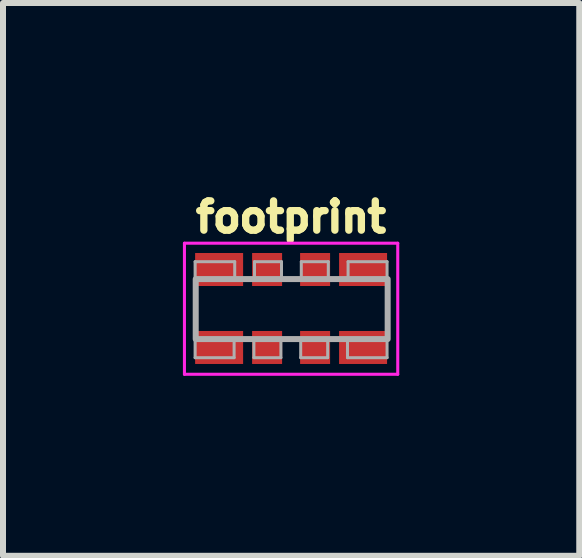
<source format=kicad_pcb>
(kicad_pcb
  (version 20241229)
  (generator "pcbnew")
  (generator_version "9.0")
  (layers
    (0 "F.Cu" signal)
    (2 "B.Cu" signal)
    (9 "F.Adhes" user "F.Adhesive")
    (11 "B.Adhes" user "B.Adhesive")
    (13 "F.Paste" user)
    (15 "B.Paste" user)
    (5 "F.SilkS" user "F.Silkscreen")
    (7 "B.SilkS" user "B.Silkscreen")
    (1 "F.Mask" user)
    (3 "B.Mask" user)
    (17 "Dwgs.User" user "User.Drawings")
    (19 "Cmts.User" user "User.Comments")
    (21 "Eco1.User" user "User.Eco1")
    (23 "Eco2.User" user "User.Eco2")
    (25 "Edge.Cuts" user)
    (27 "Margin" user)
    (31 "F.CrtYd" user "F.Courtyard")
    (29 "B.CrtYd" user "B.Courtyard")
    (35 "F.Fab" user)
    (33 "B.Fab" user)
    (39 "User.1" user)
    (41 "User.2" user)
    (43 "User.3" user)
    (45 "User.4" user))
  (footprint "footprint"
    (layer "F.Cu")
    (at 1.803 2.123)
    (property "Reference" "footprint" (at -1.651 -1.27 0) (layer "F.SilkS") (effects (font (size 0.488 0.488) (thickness 0.122)) (justify left bottom)))
    (fp_poly (pts (xy -1.62 -0.38) (xy -0.78 -0.38) (xy -0.78 -1) (xy -1.62 -1)) (stroke (width 0) (type solid)) (fill yes) (layer "F.Mask"))
    (fp_poly (pts (xy -1.62 0.94) (xy -0.78 0.94) (xy -0.78 0.32) (xy -1.62 0.32)) (stroke (width 0) (type solid)) (fill yes) (layer "F.Mask"))
    (fp_poly (pts (xy -0.68 -0.38) (xy -0.12 -0.38) (xy -0.12 -1) (xy -0.68 -1)) (stroke (width 0) (type solid)) (fill yes) (layer "F.Mask"))
    (fp_poly (pts (xy -0.68 0.94) (xy -0.12 0.94) (xy -0.12 0.32) (xy -0.68 0.32)) (stroke (width 0) (type solid)) (fill yes) (layer "F.Mask"))
    (fp_poly (pts (xy 0.12 -0.38) (xy 0.68 -0.38) (xy 0.68 -1) (xy 0.12 -1)) (stroke (width 0) (type solid)) (fill yes) (layer "F.Mask"))
    (fp_poly (pts (xy 0.12 0.94) (xy 0.68 0.94) (xy 0.68 0.32) (xy 0.12 0.32)) (stroke (width 0) (type solid)) (fill yes) (layer "F.Mask"))
    (fp_poly (pts (xy 0.78 -0.38) (xy 1.62 -0.38) (xy 1.62 -1) (xy 0.78 -1)) (stroke (width 0) (type solid)) (fill yes) (layer "F.Mask"))
    (fp_poly (pts (xy 0.78 0.94) (xy 1.62 0.94) (xy 1.62 0.3) (xy 0.78 0.3)) (stroke (width 0) (type solid)) (fill yes) (layer "F.Mask"))
    (fp_line (start -1.778 -1.118) (end 1.778 -1.118) (stroke (width 0.051) (type solid)) (layer "F.CrtYd"))
    (fp_line (start -1.778 1.067) (end -1.778 -1.118) (stroke (width 0.051) (type solid)) (layer "F.CrtYd"))
    (fp_line (start 1.778 -1.118) (end 1.778 1.067) (stroke (width 0.051) (type solid)) (layer "F.CrtYd"))
    (fp_line (start 1.778 1.067) (end -1.778 1.067) (stroke (width 0.051) (type solid)) (layer "F.CrtYd"))
    (fp_line (start -1.6 -0.81) (end -1.6 0.79) (stroke (width 0.051) (type solid)) (layer "F.Fab"))
    (fp_line (start -1.6 0.79) (end -0.95 0.79) (stroke (width 0.05) (type solid)) (layer "F.Fab"))
    (fp_line (start -0.95 0.49) (end -0.62 0.49) (stroke (width 0.05) (type solid)) (layer "F.Fab"))
    (fp_line (start -0.95 0.79) (end -0.95 0.49) (stroke (width 0.05) (type solid)) (layer "F.Fab"))
    (fp_line (start -0.94 -0.81) (end -1.6 -0.81) (stroke (width 0.05) (type solid)) (layer "F.Fab"))
    (fp_line (start -0.94 -0.51) (end -0.94 -0.81) (stroke (width 0.05) (type solid)) (layer "F.Fab"))
    (fp_line (start -0.62 0.49) (end -0.62 0.79) (stroke (width 0.05) (type solid)) (layer "F.Fab"))
    (fp_line (start -0.62 0.79) (end -0.17 0.79) (stroke (width 0.05) (type solid)) (layer "F.Fab"))
    (fp_line (start -0.61 -0.81) (end -0.61 -0.51) (stroke (width 0.05) (type solid)) (layer "F.Fab"))
    (fp_line (start -0.61 -0.51) (end -0.94 -0.51) (stroke (width 0.05) (type solid)) (layer "F.Fab"))
    (fp_line (start -0.17 0.49) (end 0.16 0.49) (stroke (width 0.05) (type solid)) (layer "F.Fab"))
    (fp_line (start -0.17 0.79) (end -0.17 0.49) (stroke (width 0.05) (type solid)) (layer "F.Fab"))
    (fp_line (start -0.16 -0.81) (end -0.61 -0.81) (stroke (width 0.05) (type solid)) (layer "F.Fab"))
    (fp_line (start -0.16 -0.51) (end -0.16 -0.81) (stroke (width 0.05) (type solid)) (layer "F.Fab"))
    (fp_line (start 0.16 0.49) (end 0.16 0.79) (stroke (width 0.05) (type solid)) (layer "F.Fab"))
    (fp_line (start 0.16 0.79) (end 0.61 0.79) (stroke (width 0.05) (type solid)) (layer "F.Fab"))
    (fp_line (start 0.17 -0.81) (end 0.17 -0.51) (stroke (width 0.05) (type solid)) (layer "F.Fab"))
    (fp_line (start 0.17 -0.51) (end -0.16 -0.51) (stroke (width 0.05) (type solid)) (layer "F.Fab"))
    (fp_line (start 0.61 0.49) (end 0.94 0.49) (stroke (width 0.05) (type solid)) (layer "F.Fab"))
    (fp_line (start 0.61 0.79) (end 0.61 0.49) (stroke (width 0.05) (type solid)) (layer "F.Fab"))
    (fp_line (start 0.62 -0.81) (end 0.17 -0.81) (stroke (width 0.05) (type solid)) (layer "F.Fab"))
    (fp_line (start 0.62 -0.51) (end 0.62 -0.81) (stroke (width 0.05) (type solid)) (layer "F.Fab"))
    (fp_line (start 0.94 0.49) (end 0.94 0.79) (stroke (width 0.05) (type solid)) (layer "F.Fab"))
    (fp_line (start 0.94 0.79) (end 1.6 0.79) (stroke (width 0.05) (type solid)) (layer "F.Fab"))
    (fp_line (start 0.95 -0.81) (end 0.95 -0.51) (stroke (width 0.05) (type solid)) (layer "F.Fab"))
    (fp_line (start 0.95 -0.51) (end 0.62 -0.51) (stroke (width 0.05) (type solid)) (layer "F.Fab"))
    (fp_line (start 1.6 -0.81) (end 0.95 -0.81) (stroke (width 0.05) (type solid)) (layer "F.Fab"))
    (fp_line (start 1.6 0.79) (end 1.6 -0.81) (stroke (width 0.05) (type solid)) (layer "F.Fab"))
    (fp_poly (pts (xy -1.59 0.48) (xy 1.61 0.48) (xy 1.61 -0.52) (xy -1.59 -0.52)) (stroke (width 0.1) (type solid)) (fill no) (layer "F.Fab"))
    (pad "P1" smd rect (at -1.2 0.62) (size 0.8 0.55) (layers "F.Cu" "F.Paste"))
    (pad "P2" smd rect (at -0.4 0.62) (size 0.5 0.55) (layers "F.Cu" "F.Paste"))
    (pad "P3" smd rect (at 0.4 0.62) (size 0.5 0.55) (layers "F.Cu" "F.Paste"))
    (pad "P4" smd rect (at 1.2 0.62) (size 0.8 0.55) (layers "F.Cu" "F.Paste"))
    (pad "P5" smd rect (at 1.2 -0.68) (size 0.8 0.55) (layers "F.Cu" "F.Paste"))
    (pad "P6" smd rect (at 0.4 -0.68) (size 0.5 0.55) (layers "F.Cu" "F.Paste"))
    (pad "P7" smd rect (at -0.4 -0.68) (size 0.5 0.55) (layers "F.Cu" "F.Paste"))
    (pad "P8" smd rect (at -1.2 -0.68) (size 0.8 0.55) (layers "F.Cu" "F.Paste")))
  (gr_rect
    (start -3 -3)
    (end 6.607 6.216)
    (stroke (width 0.1) (type default))
    (fill no)
    (layer "Edge.Cuts")))
</source>
